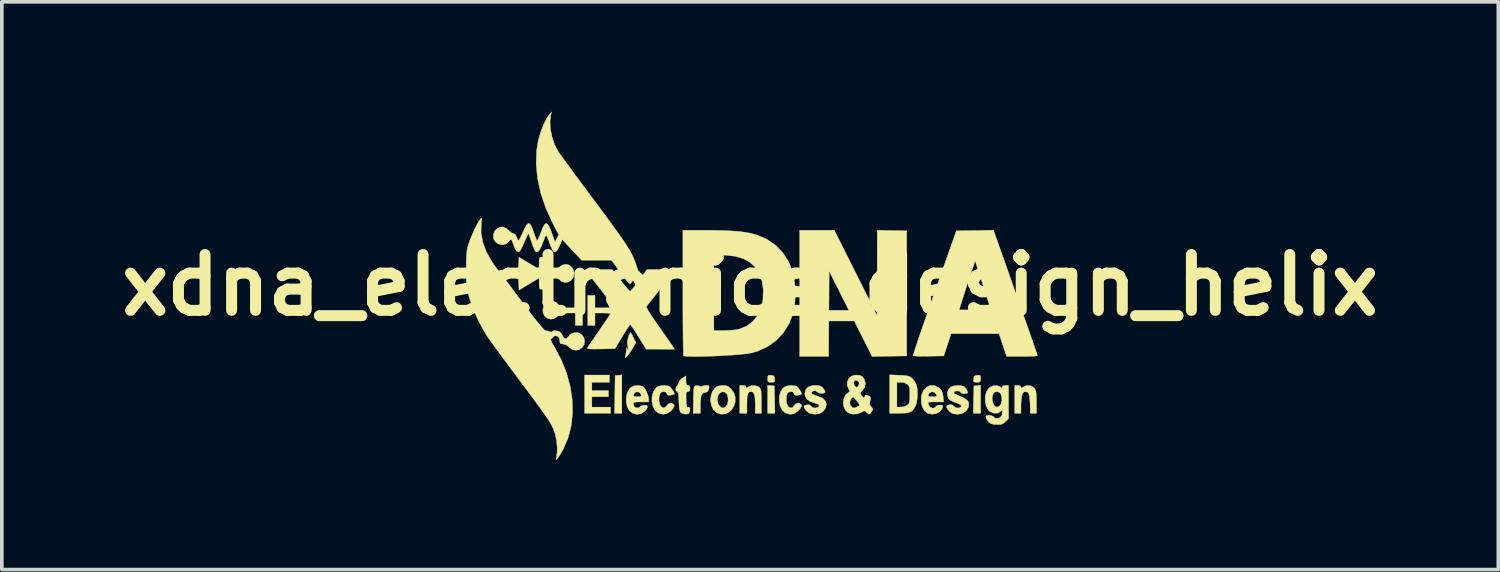
<source format=kicad_pcb>
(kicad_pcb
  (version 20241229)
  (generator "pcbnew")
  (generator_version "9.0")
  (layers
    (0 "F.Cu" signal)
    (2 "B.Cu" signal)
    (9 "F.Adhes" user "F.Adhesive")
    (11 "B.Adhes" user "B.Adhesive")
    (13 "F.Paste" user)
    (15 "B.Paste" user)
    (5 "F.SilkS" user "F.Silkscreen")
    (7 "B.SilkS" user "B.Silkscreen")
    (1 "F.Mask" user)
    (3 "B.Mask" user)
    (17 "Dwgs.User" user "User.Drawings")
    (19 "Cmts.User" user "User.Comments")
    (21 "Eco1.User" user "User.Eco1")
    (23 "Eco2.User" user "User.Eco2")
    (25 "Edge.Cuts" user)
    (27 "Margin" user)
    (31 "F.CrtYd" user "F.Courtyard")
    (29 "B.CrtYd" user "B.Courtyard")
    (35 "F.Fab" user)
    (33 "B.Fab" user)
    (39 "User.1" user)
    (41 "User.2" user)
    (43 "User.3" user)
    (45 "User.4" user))
  (footprint "xdna_electronics_design_helix"
    (layer "F.Cu")
    (at 17.424 4.732)
    (property "Reference" "xdna_electronics_design_helix" (at 0 0 0) (layer "F.SilkS") (effects (font (size 1.524 1.524) (thickness 0.3))))
    (attr through_hole)
    (fp_poly (pts (xy 6.294 3.5) (xy 6.094 3.5) (xy 6.11 2.752) (xy 6.294 2.734) (xy 6.294 3.5)) (stroke (width 0.01) (type solid)) (fill yes) (layer "F.SilkS"))
    (fp_poly (pts (xy -3.5 3.5) (xy -3.698 3.5) (xy -3.691 2.985) (xy -3.683 2.469) (xy -3.591 2.461) (xy -3.5 2.452) (xy -3.5 3.5)) (stroke (width 0.01) (type solid)) (fill yes) (layer "F.SilkS"))
    (fp_poly (pts (xy 0.572 2.743) (xy 0.663 2.752) (xy 0.671 3.126) (xy 0.679 3.5) (xy 0.48 3.5) (xy 0.48 2.734) (xy 0.572 2.743)) (stroke (width 0.01) (type solid)) (fill yes) (layer "F.SilkS"))
    (fp_poly (pts (xy -3.838 2.653) (xy -4.318 2.653) (xy -4.318 2.879) (xy -3.866 2.879) (xy -3.866 3.048) (xy -4.318 3.048) (xy -4.318 3.33) (xy -3.81 3.33) (xy -3.81 3.5) (xy -4.516 3.5) (xy -4.516 2.455) (xy -3.838 2.455) (xy -3.838 2.653)) (stroke (width 0.01) (type solid)) (fill yes) (layer "F.SilkS"))
    (fp_poly (pts (xy 0.572 2.461) (xy 0.636 2.474) (xy 0.664 2.511) (xy 0.672 2.561) (xy 0.674 2.622) (xy 0.653 2.648) (xy 0.593 2.653) (xy 0.58 2.653) (xy 0.513 2.649) (xy 0.486 2.625) (xy 0.48 2.564) (xy 0.48 2.552) (xy 0.484 2.486) (xy 0.505 2.46) (xy 0.56 2.46) (xy 0.572 2.461)) (stroke (width 0.01) (type solid)) (fill yes) (layer "F.SilkS"))
    (fp_poly (pts (xy 3.873 -1.489) (xy 4.276 -1.482) (xy 4.276 1.933) (xy 3.804 1.941) (xy 3.333 1.949) (xy 2.159 -0.381) (xy 2.152 0.783) (xy 2.144 1.947) (xy 1.355 1.947) (xy 1.355 -1.496) (xy 2.3 -1.496) (xy 2.884 -0.332) (xy 3.468 0.833) (xy 3.47 -0.332) (xy 3.471 -1.497) (xy 3.873 -1.489)) (stroke (width 0.01) (type solid)) (fill yes) (layer "F.SilkS"))
    (fp_poly (pts (xy 6.288 2.48) (xy 6.294 2.54) (xy 6.294 2.552) (xy 6.289 2.619) (xy 6.266 2.647) (xy 6.205 2.653) (xy 6.193 2.653) (xy 6.126 2.649) (xy 6.101 2.628) (xy 6.1 2.572) (xy 6.101 2.561) (xy 6.115 2.497) (xy 6.152 2.469) (xy 6.202 2.461) (xy 6.263 2.459) (xy 6.288 2.48)) (stroke (width 0.01) (type solid)) (fill yes) (layer "F.SilkS"))
    (fp_poly (pts (xy -3.115 1.571) (xy -3.196 1.709) (xy -3.25 1.796) (xy -3.305 1.875) (xy -3.355 1.937) (xy -3.392 1.976) (xy -3.41 1.982) (xy -3.407 1.961) (xy -3.395 1.907) (xy -3.382 1.814) (xy -3.37 1.702) (xy -3.318 1.799) (xy -3.353 1.56) (xy -3.331 1.452) (xy -3.307 1.377) (xy -3.303 1.37) (xy -3.259 1.287) (xy -3.115 1.571)) (stroke (width 0.01) (type solid)) (fill yes) (layer "F.SilkS"))
    (fp_poly (pts (xy -1.148 2.742) (xy -1.122 2.753) (xy -1.117 2.789) (xy -1.127 2.845) (xy -1.165 2.91) (xy -1.215 2.93) (xy -1.278 2.949) (xy -1.32 2.992) (xy -1.343 3.068) (xy -1.354 3.187) (xy -1.355 3.265) (xy -1.355 3.5) (xy -1.554 3.5) (xy -1.546 3.126) (xy -1.542 2.974) (xy -1.538 2.87) (xy -1.531 2.804) (xy -1.52 2.767) (xy -1.503 2.75) (xy -1.478 2.743) (xy -1.473 2.742) (xy -1.405 2.748) (xy -1.37 2.765) (xy -1.329 2.781) (xy -1.313 2.767) (xy -1.275 2.747) (xy -1.21 2.738) (xy -1.148 2.742)) (stroke (width 0.01) (type solid)) (fill yes) (layer "F.SilkS"))
    (fp_poly (pts (xy -4.572 1.101) (xy -4.77 1.101) (xy -4.77 0.762) (xy -4.97 0.762) (xy -5.077 0.764) (xy -5.146 0.773) (xy -5.194 0.795) (xy -5.239 0.836) (xy -5.249 0.847) (xy -5.341 0.912) (xy -5.437 0.931) (xy -5.526 0.908) (xy -5.6 0.852) (xy -5.647 0.77) (xy -5.657 0.668) (xy -5.635 0.585) (xy -5.573 0.496) (xy -5.486 0.446) (xy -5.39 0.436) (xy -5.298 0.468) (xy -5.226 0.541) (xy -5.22 0.552) (xy -5.196 0.588) (xy -5.163 0.608) (xy -5.105 0.618) (xy -5.01 0.621) (xy -4.976 0.621) (xy -4.77 0.621) (xy -4.77 0.282) (xy -4.572 0.282) (xy -4.572 1.101)) (stroke (width 0.01) (type solid)) (fill yes) (layer "F.SilkS"))
    (fp_poly (pts (xy -0.131 2.749) (xy -0.113 2.781) (xy -0.108 2.81) (xy -0.082 2.803) (xy -0.05 2.781) (xy 0.043 2.744) (xy 0.146 2.743) (xy 0.235 2.778) (xy 0.254 2.794) (xy 0.279 2.825) (xy 0.295 2.865) (xy 0.305 2.928) (xy 0.309 3.022) (xy 0.31 3.162) (xy 0.31 3.175) (xy 0.31 3.5) (xy 0.141 3.5) (xy 0.141 3.258) (xy 0.136 3.101) (xy 0.12 2.995) (xy 0.09 2.932) (xy 0.046 2.908) (xy 0.033 2.907) (xy -0.019 2.916) (xy -0.053 2.95) (xy -0.073 3.017) (xy -0.083 3.126) (xy -0.085 3.237) (xy -0.085 3.5) (xy -0.282 3.5) (xy -0.282 2.738) (xy -0.198 2.738) (xy -0.131 2.749)) (stroke (width 0.01) (type solid)) (fill yes) (layer "F.SilkS"))
    (fp_poly (pts (xy 7.376 2.749) (xy 7.394 2.781) (xy 7.399 2.81) (xy 7.425 2.803) (xy 7.457 2.781) (xy 7.556 2.74) (xy 7.657 2.745) (xy 7.743 2.794) (xy 7.759 2.812) (xy 7.785 2.852) (xy 7.803 2.901) (xy 7.812 2.971) (xy 7.817 3.074) (xy 7.818 3.193) (xy 7.818 3.5) (xy 7.648 3.5) (xy 7.647 3.323) (xy 7.642 3.206) (xy 7.633 3.093) (xy 7.625 3.034) (xy 7.606 2.959) (xy 7.575 2.923) (xy 7.531 2.912) (xy 7.476 2.916) (xy 7.442 2.954) (xy 7.426 2.994) (xy 7.41 3.068) (xy 7.399 3.176) (xy 7.394 3.292) (xy 7.394 3.5) (xy 7.225 3.5) (xy 7.225 2.738) (xy 7.31 2.738) (xy 7.376 2.749)) (stroke (width 0.01) (type solid)) (fill yes) (layer "F.SilkS"))
    (fp_poly (pts (xy -0.649 2.746) (xy -0.58 2.779) (xy -0.522 2.831) (xy -0.442 2.941) (xy -0.405 3.062) (xy -0.405 3.184) (xy -0.439 3.299) (xy -0.499 3.398) (xy -0.583 3.474) (xy -0.684 3.519) (xy -0.798 3.523) (xy -0.91 3.484) (xy -0.996 3.407) (xy -1.052 3.297) (xy -1.076 3.168) (xy -1.074 3.134) (xy -0.896 3.134) (xy -0.874 3.233) (xy -0.828 3.307) (xy -0.768 3.353) (xy -0.706 3.346) (xy -0.666 3.321) (xy -0.621 3.259) (xy -0.6 3.166) (xy -0.602 3.066) (xy -0.63 2.982) (xy -0.641 2.966) (xy -0.695 2.918) (xy -0.756 2.914) (xy -0.772 2.918) (xy -0.842 2.961) (xy -0.884 3.038) (xy -0.896 3.134) (xy -1.074 3.134) (xy -1.069 3.035) (xy -1.03 2.91) (xy -0.959 2.81) (xy -0.925 2.782) (xy -0.857 2.754) (xy -0.766 2.738) (xy -0.739 2.738) (xy -0.649 2.746)) (stroke (width 0.01) (type solid)) (fill yes) (layer "F.SilkS"))
    (fp_poly (pts (xy 4.077 2.46) (xy 4.206 2.468) (xy 4.293 2.478) (xy 4.352 2.495) (xy 4.396 2.521) (xy 4.419 2.541) (xy 4.484 2.617) (xy 4.533 2.701) (xy 4.561 2.812) (xy 4.571 2.953) (xy 4.563 3.101) (xy 4.539 3.234) (xy 4.518 3.291) (xy 4.47 3.381) (xy 4.415 3.44) (xy 4.341 3.477) (xy 4.236 3.494) (xy 4.088 3.5) (xy 4.072 3.5) (xy 3.81 3.5) (xy 3.81 2.653) (xy 4.008 2.653) (xy 4.008 3.33) (xy 4.117 3.33) (xy 4.223 3.313) (xy 4.294 3.276) (xy 4.327 3.244) (xy 4.347 3.204) (xy 4.357 3.141) (xy 4.36 3.043) (xy 4.36 2.992) (xy 4.359 2.875) (xy 4.352 2.8) (xy 4.336 2.753) (xy 4.308 2.719) (xy 4.294 2.707) (xy 4.208 2.665) (xy 4.117 2.653) (xy 4.008 2.653) (xy 3.81 2.653) (xy 3.81 2.449) (xy 4.077 2.46)) (stroke (width 0.01) (type solid)) (fill yes) (layer "F.SilkS"))
    (fp_poly (pts (xy -2.243 2.751) (xy -2.202 2.766) (xy -2.163 2.801) (xy -2.119 2.858) (xy -2.082 2.918) (xy -2.065 2.964) (xy -2.067 2.976) (xy -2.099 2.987) (xy -2.161 3.003) (xy -2.165 3.003) (xy -2.228 3.01) (xy -2.259 2.99) (xy -2.268 2.964) (xy -2.303 2.919) (xy -2.363 2.906) (xy -2.424 2.925) (xy -2.457 2.961) (xy -2.482 3.044) (xy -2.486 3.144) (xy -2.471 3.239) (xy -2.439 3.306) (xy -2.434 3.311) (xy -2.374 3.352) (xy -2.324 3.344) (xy -2.269 3.286) (xy -2.267 3.283) (xy -2.217 3.232) (xy -2.164 3.222) (xy -2.137 3.227) (xy -2.078 3.258) (xy -2.069 3.308) (xy -2.111 3.379) (xy -2.158 3.431) (xy -2.266 3.507) (xy -2.382 3.527) (xy -2.506 3.491) (xy -2.517 3.485) (xy -2.6 3.41) (xy -2.654 3.301) (xy -2.679 3.173) (xy -2.675 3.039) (xy -2.64 2.915) (xy -2.576 2.815) (xy -2.539 2.783) (xy -2.454 2.749) (xy -2.346 2.738) (xy -2.243 2.751)) (stroke (width 0.01) (type solid)) (fill yes) (layer "F.SilkS"))
    (fp_poly (pts (xy 1.231 2.751) (xy 1.272 2.767) (xy 1.311 2.801) (xy 1.355 2.858) (xy 1.391 2.919) (xy 1.409 2.965) (xy 1.406 2.977) (xy 1.375 2.988) (xy 1.312 3.003) (xy 1.309 3.004) (xy 1.245 3.011) (xy 1.215 2.99) (xy 1.206 2.965) (xy 1.17 2.919) (xy 1.111 2.906) (xy 1.05 2.926) (xy 1.017 2.961) (xy 0.992 3.044) (xy 0.988 3.145) (xy 1.002 3.24) (xy 1.034 3.307) (xy 1.039 3.312) (xy 1.1 3.352) (xy 1.15 3.345) (xy 1.205 3.287) (xy 1.207 3.284) (xy 1.256 3.232) (xy 1.31 3.223) (xy 1.336 3.228) (xy 1.396 3.258) (xy 1.405 3.308) (xy 1.363 3.38) (xy 1.315 3.432) (xy 1.207 3.508) (xy 1.091 3.528) (xy 0.968 3.491) (xy 0.956 3.485) (xy 0.874 3.411) (xy 0.82 3.302) (xy 0.795 3.173) (xy 0.799 3.04) (xy 0.833 2.915) (xy 0.898 2.815) (xy 0.935 2.784) (xy 1.019 2.75) (xy 1.128 2.739) (xy 1.231 2.751)) (stroke (width 0.01) (type solid)) (fill yes) (layer "F.SilkS"))
    (fp_poly (pts (xy -1.75 2.608) (xy -1.746 2.688) (xy -1.732 2.727) (xy -1.699 2.737) (xy -1.693 2.738) (xy -1.652 2.751) (xy -1.637 2.8) (xy -1.637 2.822) (xy -1.646 2.884) (xy -1.678 2.906) (xy -1.695 2.907) (xy -1.723 2.911) (xy -1.74 2.931) (xy -1.746 2.979) (xy -1.746 3.065) (xy -1.744 3.126) (xy -1.738 3.236) (xy -1.73 3.301) (xy -1.715 3.331) (xy -1.692 3.337) (xy -1.684 3.336) (xy -1.65 3.339) (xy -1.64 3.376) (xy -1.642 3.42) (xy -1.656 3.486) (xy -1.691 3.514) (xy -1.736 3.522) (xy -1.817 3.515) (xy -1.877 3.489) (xy -1.904 3.462) (xy -1.922 3.419) (xy -1.933 3.35) (xy -1.94 3.241) (xy -1.943 3.177) (xy -1.95 3.046) (xy -1.959 2.962) (xy -1.973 2.919) (xy -1.992 2.907) (xy -2.022 2.885) (xy -2.031 2.834) (xy -2.02 2.779) (xy -1.992 2.746) (xy -1.957 2.702) (xy -1.943 2.659) (xy -1.914 2.601) (xy -1.854 2.544) (xy -1.841 2.536) (xy -1.75 2.478) (xy -1.75 2.608)) (stroke (width 0.01) (type solid)) (fill yes) (layer "F.SilkS"))
    (fp_poly (pts (xy -2.938 2.765) (xy -2.931 2.768) (xy -2.879 2.819) (xy -2.828 2.904) (xy -2.787 3.004) (xy -2.767 3.097) (xy -2.766 3.111) (xy -2.766 3.189) (xy -2.977 3.189) (xy -3.086 3.191) (xy -3.15 3.197) (xy -3.181 3.212) (xy -3.189 3.237) (xy -3.189 3.24) (xy -3.167 3.31) (xy -3.114 3.35) (xy -3.048 3.353) (xy -2.992 3.316) (xy -2.939 3.285) (xy -2.875 3.274) (xy -2.812 3.288) (xy -2.796 3.328) (xy -2.83 3.393) (xy -2.876 3.445) (xy -2.98 3.512) (xy -3.098 3.527) (xy -3.217 3.492) (xy -3.299 3.422) (xy -3.354 3.316) (xy -3.381 3.19) (xy -3.379 3.057) (xy -3.366 3.002) (xy -3.184 3.002) (xy -3.179 3.032) (xy -3.139 3.045) (xy -3.076 3.048) (xy -3.001 3.043) (xy -2.97 3.027) (xy -2.968 3.002) (xy -2.998 2.949) (xy -3.027 2.924) (xy -3.091 2.912) (xy -3.151 2.942) (xy -3.184 3.002) (xy -3.366 3.002) (xy -3.349 2.931) (xy -3.29 2.828) (xy -3.242 2.784) (xy -3.15 2.747) (xy -3.038 2.74) (xy -2.938 2.765)) (stroke (width 0.01) (type solid)) (fill yes) (layer "F.SilkS"))
    (fp_poly (pts (xy 1.878 2.744) (xy 1.942 2.769) (xy 1.992 2.813) (xy 2.035 2.87) (xy 2.052 2.914) (xy 2.052 2.919) (xy 2.016 2.948) (xy 1.953 2.957) (xy 1.885 2.946) (xy 1.846 2.923) (xy 1.78 2.882) (xy 1.711 2.896) (xy 1.697 2.904) (xy 1.671 2.938) (xy 1.699 2.974) (xy 1.783 3.012) (xy 1.845 3.032) (xy 1.978 3.087) (xy 2.057 3.161) (xy 2.083 3.253) (xy 2.059 3.362) (xy 1.994 3.449) (xy 1.896 3.506) (xy 1.778 3.526) (xy 1.656 3.507) (xy 1.602 3.484) (xy 1.526 3.424) (xy 1.477 3.351) (xy 1.468 3.307) (xy 1.492 3.285) (xy 1.551 3.268) (xy 1.554 3.268) (xy 1.626 3.269) (xy 1.667 3.305) (xy 1.668 3.308) (xy 1.713 3.344) (xy 1.778 3.355) (xy 1.843 3.343) (xy 1.882 3.308) (xy 1.885 3.299) (xy 1.873 3.263) (xy 1.815 3.235) (xy 1.77 3.222) (xy 1.63 3.171) (xy 1.541 3.101) (xy 1.499 3.008) (xy 1.496 2.963) (xy 1.518 2.856) (xy 1.585 2.782) (xy 1.696 2.744) (xy 1.783 2.738) (xy 1.878 2.744)) (stroke (width 0.01) (type solid)) (fill yes) (layer "F.SilkS"))
    (fp_poly (pts (xy 5.038 2.744) (xy 5.148 2.801) (xy 5.168 2.817) (xy 5.226 2.88) (xy 5.257 2.953) (xy 5.271 3.043) (xy 5.285 3.189) (xy 5.069 3.189) (xy 4.967 3.191) (xy 4.891 3.195) (xy 4.855 3.2) (xy 4.854 3.201) (xy 4.863 3.234) (xy 4.882 3.286) (xy 4.923 3.337) (xy 4.982 3.36) (xy 5.04 3.35) (xy 5.07 3.316) (xy 5.106 3.288) (xy 5.169 3.274) (xy 5.231 3.278) (xy 5.257 3.291) (xy 5.259 3.326) (xy 5.242 3.377) (xy 5.177 3.457) (xy 5.079 3.508) (xy 4.964 3.525) (xy 4.851 3.502) (xy 4.838 3.495) (xy 4.759 3.428) (xy 4.701 3.322) (xy 4.671 3.193) (xy 4.672 3.055) (xy 4.682 3.005) (xy 4.86 3.005) (xy 4.869 3.035) (xy 4.925 3.047) (xy 4.98 3.048) (xy 5.057 3.046) (xy 5.09 3.034) (xy 5.09 3.006) (xy 5.083 2.985) (xy 5.039 2.929) (xy 4.973 2.911) (xy 4.91 2.932) (xy 4.891 2.952) (xy 4.86 3.005) (xy 4.682 3.005) (xy 4.685 2.993) (xy 4.741 2.866) (xy 4.825 2.78) (xy 4.927 2.738) (xy 5.038 2.744)) (stroke (width 0.01) (type solid)) (fill yes) (layer "F.SilkS"))
    (fp_poly (pts (xy 5.755 2.744) (xy 5.832 2.766) (xy 5.844 2.774) (xy 5.892 2.824) (xy 5.928 2.884) (xy 5.94 2.932) (xy 5.935 2.946) (xy 5.896 2.96) (xy 5.836 2.963) (xy 5.782 2.955) (xy 5.757 2.937) (xy 5.757 2.937) (xy 5.733 2.907) (xy 5.678 2.889) (xy 5.617 2.892) (xy 5.606 2.895) (xy 5.564 2.926) (xy 5.576 2.962) (xy 5.623 2.989) (xy 5.777 3.053) (xy 5.883 3.109) (xy 5.946 3.164) (xy 5.972 3.225) (xy 5.967 3.299) (xy 5.954 3.348) (xy 5.896 3.439) (xy 5.802 3.501) (xy 5.685 3.527) (xy 5.559 3.515) (xy 5.513 3.5) (xy 5.451 3.457) (xy 5.395 3.392) (xy 5.364 3.328) (xy 5.362 3.313) (xy 5.387 3.285) (xy 5.44 3.265) (xy 5.514 3.267) (xy 5.562 3.306) (xy 5.625 3.351) (xy 5.689 3.354) (xy 5.754 3.334) (xy 5.77 3.3) (xy 5.737 3.26) (xy 5.659 3.224) (xy 5.659 3.224) (xy 5.537 3.181) (xy 5.46 3.138) (xy 5.413 3.087) (xy 5.393 3.043) (xy 5.382 2.934) (xy 5.423 2.836) (xy 5.48 2.783) (xy 5.554 2.753) (xy 5.654 2.74) (xy 5.755 2.744)) (stroke (width 0.01) (type solid)) (fill yes) (layer "F.SilkS"))
    (fp_poly (pts (xy 7.246 0.204) (xy 7.35 0.5) (xy 7.449 0.781) (xy 7.54 1.041) (xy 7.623 1.276) (xy 7.694 1.482) (xy 7.754 1.655) (xy 7.8 1.789) (xy 7.831 1.88) (xy 7.845 1.923) (xy 7.846 1.926) (xy 7.819 1.934) (xy 7.746 1.94) (xy 7.636 1.944) (xy 7.499 1.947) (xy 7.425 1.947) (xy 7.004 1.947) (xy 6.9 1.637) (xy 6.797 1.326) (xy 5.487 1.326) (xy 5.288 1.933) (xy 4.876 1.941) (xy 4.729 1.942) (xy 4.604 1.941) (xy 4.509 1.937) (xy 4.457 1.93) (xy 4.45 1.927) (xy 4.457 1.897) (xy 4.481 1.819) (xy 4.521 1.696) (xy 4.575 1.534) (xy 4.642 1.337) (xy 4.72 1.11) (xy 4.808 0.856) (xy 4.87 0.677) (xy 5.706 0.677) (xy 6.144 0.677) (xy 6.312 0.677) (xy 6.431 0.674) (xy 6.508 0.669) (xy 6.551 0.661) (xy 6.567 0.648) (xy 6.566 0.636) (xy 6.553 0.598) (xy 6.526 0.515) (xy 6.486 0.394) (xy 6.437 0.244) (xy 6.381 0.072) (xy 6.347 -0.034) (xy 6.144 -0.663) (xy 6.021 -0.296) (xy 5.963 -0.125) (xy 5.902 0.062) (xy 5.844 0.241) (xy 5.802 0.374) (xy 5.706 0.677) (xy 4.87 0.677) (xy 4.904 0.581) (xy 5.006 0.289) (xy 5.034 0.212) (xy 5.631 -1.482) (xy 6.139 -1.489) (xy 6.646 -1.497) (xy 7.246 0.204)) (stroke (width 0.01) (type solid)) (fill yes) (layer "F.SilkS"))
    (fp_poly (pts (xy 7.056 3.645) (xy 6.973 3.728) (xy 6.909 3.78) (xy 6.843 3.804) (xy 6.754 3.808) (xy 6.66 3.801) (xy 6.58 3.785) (xy 6.558 3.777) (xy 6.499 3.726) (xy 6.452 3.65) (xy 6.435 3.583) (xy 6.458 3.562) (xy 6.513 3.555) (xy 6.579 3.562) (xy 6.632 3.58) (xy 6.65 3.598) (xy 6.688 3.63) (xy 6.747 3.641) (xy 6.826 3.617) (xy 6.874 3.549) (xy 6.886 3.469) (xy 6.882 3.426) (xy 6.862 3.43) (xy 6.835 3.453) (xy 6.748 3.496) (xy 6.648 3.496) (xy 6.553 3.455) (xy 6.509 3.415) (xy 6.447 3.305) (xy 6.418 3.173) (xy 6.42 3.082) (xy 6.609 3.082) (xy 6.615 3.176) (xy 6.643 3.254) (xy 6.687 3.308) (xy 6.74 3.33) (xy 6.797 3.313) (xy 6.85 3.249) (xy 6.851 3.246) (xy 6.874 3.158) (xy 6.87 3.056) (xy 6.842 2.968) (xy 6.828 2.947) (xy 6.765 2.908) (xy 6.696 2.914) (xy 6.641 2.96) (xy 6.632 2.979) (xy 6.609 3.082) (xy 6.42 3.082) (xy 6.42 3.036) (xy 6.454 2.91) (xy 6.519 2.812) (xy 6.538 2.796) (xy 6.632 2.749) (xy 6.734 2.741) (xy 6.821 2.773) (xy 6.835 2.784) (xy 6.873 2.815) (xy 6.885 2.807) (xy 6.886 2.784) (xy 6.906 2.749) (xy 6.97 2.738) (xy 6.971 2.738) (xy 7.056 2.738) (xy 7.056 3.645)) (stroke (width 0.01) (type solid)) (fill yes) (layer "F.SilkS"))
    (fp_poly (pts (xy -0.881 -1.493) (xy -0.594 -1.484) (xy -0.352 -1.467) (xy -0.146 -1.444) (xy 0.028 -1.412) (xy 0.178 -1.371) (xy 0.194 -1.366) (xy 0.465 -1.248) (xy 0.698 -1.087) (xy 0.893 -0.886) (xy 1.048 -0.644) (xy 1.161 -0.367) (xy 1.198 -0.205) (xy 1.221 -0.008) (xy 1.231 0.206) (xy 1.227 0.419) (xy 1.209 0.614) (xy 1.176 0.773) (xy 1.175 0.776) (xy 1.063 1.058) (xy 0.907 1.304) (xy 0.711 1.512) (xy 0.478 1.679) (xy 0.209 1.802) (xy 0.06 1.848) (xy -0.029 1.865) (xy -0.158 1.881) (xy -0.317 1.897) (xy -0.5 1.911) (xy -0.698 1.923) (xy -0.902 1.934) (xy -1.104 1.942) (xy -1.296 1.948) (xy -1.47 1.95) (xy -1.617 1.949) (xy -1.729 1.944) (xy -1.799 1.936) (xy -1.816 1.929) (xy -1.819 1.898) (xy -1.822 1.815) (xy -1.825 1.686) (xy -1.828 1.516) (xy -1.83 1.309) (xy -1.832 1.07) (xy -1.833 0.804) (xy -1.834 0.516) (xy -1.834 0.211) (xy -1.834 -0.818) (xy -0.988 -0.818) (xy -0.988 1.242) (xy -0.714 1.242) (xy -0.544 1.236) (xy -0.388 1.219) (xy -0.281 1.197) (xy -0.083 1.114) (xy 0.081 0.988) (xy 0.211 0.823) (xy 0.302 0.624) (xy 0.352 0.395) (xy 0.36 0.141) (xy 0.357 0.099) (xy 0.325 -0.116) (xy 0.268 -0.291) (xy 0.179 -0.44) (xy 0.135 -0.494) (xy -0.013 -0.628) (xy -0.193 -0.725) (xy -0.409 -0.787) (xy -0.665 -0.816) (xy -0.781 -0.818) (xy -0.988 -0.818) (xy -1.834 -0.818) (xy -1.834 -1.496) (xy -1.217 -1.496) (xy -0.881 -1.493)) (stroke (width 0.01) (type solid)) (fill yes) (layer "F.SilkS"))
    (fp_poly (pts (xy 2.991 2.463) (xy 3.06 2.493) (xy 3.11 2.553) (xy 3.121 2.574) (xy 3.15 2.685) (xy 3.125 2.794) (xy 3.062 2.879) (xy 3.018 2.926) (xy 3.013 2.963) (xy 3.039 3.009) (xy 3.085 3.063) (xy 3.119 3.072) (xy 3.133 3.035) (xy 3.133 3.032) (xy 3.147 3.002) (xy 3.196 3.007) (xy 3.269 3.039) (xy 3.294 3.085) (xy 3.278 3.16) (xy 3.277 3.164) (xy 3.26 3.233) (xy 3.274 3.282) (xy 3.306 3.32) (xy 3.345 3.369) (xy 3.347 3.407) (xy 3.319 3.456) (xy 3.273 3.514) (xy 3.233 3.521) (xy 3.183 3.48) (xy 3.177 3.473) (xy 3.142 3.439) (xy 3.11 3.435) (xy 3.059 3.46) (xy 3.038 3.473) (xy 2.921 3.517) (xy 2.794 3.522) (xy 2.684 3.488) (xy 2.604 3.415) (xy 2.557 3.313) (xy 2.545 3.207) (xy 2.72 3.207) (xy 2.733 3.261) (xy 2.75 3.289) (xy 2.797 3.344) (xy 2.847 3.354) (xy 2.916 3.326) (xy 2.967 3.299) (xy 2.988 3.286) (xy 2.981 3.258) (xy 2.949 3.206) (xy 2.902 3.145) (xy 2.854 3.091) (xy 2.818 3.06) (xy 2.808 3.058) (xy 2.777 3.087) (xy 2.742 3.143) (xy 2.72 3.207) (xy 2.545 3.207) (xy 2.544 3.197) (xy 2.564 3.083) (xy 2.617 2.987) (xy 2.682 2.935) (xy 2.72 2.908) (xy 2.717 2.875) (xy 2.696 2.843) (xy 2.652 2.74) (xy 2.655 2.646) (xy 2.833 2.646) (xy 2.838 2.711) (xy 2.849 2.735) (xy 2.891 2.786) (xy 2.931 2.781) (xy 2.964 2.736) (xy 2.981 2.676) (xy 2.962 2.637) (xy 2.907 2.598) (xy 2.86 2.605) (xy 2.833 2.646) (xy 2.655 2.646) (xy 2.655 2.636) (xy 2.699 2.546) (xy 2.776 2.481) (xy 2.881 2.455) (xy 2.885 2.455) (xy 2.991 2.463)) (stroke (width 0.01) (type solid)) (fill yes) (layer "F.SilkS"))
    (fp_poly (pts (xy -3.532 -0.127) (xy -3.444 -0.018) (xy -3.368 0.074) (xy -3.31 0.138) (xy -3.277 0.168) (xy -3.274 0.169) (xy -3.249 0.148) (xy -3.198 0.089) (xy -3.128 0.001) (xy -3.047 -0.107) (xy -3.032 -0.127) (xy -2.814 -0.423) (xy -2.437 -0.423) (xy -2.299 -0.422) (xy -2.183 -0.419) (xy -2.101 -0.414) (xy -2.062 -0.408) (xy -2.06 -0.406) (xy -2.077 -0.38) (xy -2.124 -0.316) (xy -2.195 -0.222) (xy -2.287 -0.104) (xy -2.393 0.032) (xy -2.431 0.081) (xy -2.543 0.222) (xy -2.643 0.349) (xy -2.727 0.456) (xy -2.789 0.534) (xy -2.823 0.577) (xy -2.827 0.583) (xy -2.821 0.619) (xy -2.779 0.698) (xy -2.704 0.819) (xy -2.594 0.98) (xy -2.547 1.048) (xy -2.443 1.196) (xy -2.344 1.337) (xy -2.256 1.462) (xy -2.188 1.56) (xy -2.149 1.616) (xy -2.058 1.75) (xy -2.447 1.749) (xy -2.836 1.748) (xy -3.046 1.41) (xy -3.122 1.289) (xy -3.188 1.187) (xy -3.239 1.113) (xy -3.268 1.076) (xy -3.271 1.073) (xy -3.291 1.096) (xy -3.334 1.159) (xy -3.394 1.253) (xy -3.466 1.368) (xy -3.488 1.405) (xy -3.687 1.736) (xy -4.075 1.744) (xy -4.232 1.746) (xy -4.34 1.745) (xy -4.406 1.74) (xy -4.437 1.731) (xy -4.442 1.717) (xy -4.44 1.714) (xy -4.417 1.679) (xy -4.368 1.606) (xy -4.297 1.503) (xy -4.211 1.377) (xy -4.115 1.237) (xy -4.113 1.235) (xy -4.019 1.096) (xy -3.936 0.974) (xy -3.87 0.875) (xy -3.827 0.807) (xy -3.81 0.778) (xy -3.81 0.778) (xy -3.836 0.77) (xy -3.904 0.765) (xy -4.002 0.762) (xy -4.022 0.762) (xy -4.233 0.762) (xy -4.233 1.101) (xy -4.431 1.101) (xy -4.431 0.282) (xy -4.233 0.282) (xy -4.233 0.621) (xy -3.962 0.621) (xy -3.834 0.619) (xy -3.755 0.614) (xy -3.718 0.604) (xy -3.715 0.588) (xy -3.717 0.586) (xy -3.742 0.553) (xy -3.796 0.484) (xy -3.873 0.385) (xy -3.968 0.263) (xy -4.075 0.126) (xy -4.096 0.099) (xy -4.205 -0.04) (xy -4.302 -0.165) (xy -4.381 -0.269) (xy -4.439 -0.345) (xy -4.468 -0.385) (xy -4.47 -0.388) (xy -4.467 -0.403) (xy -4.432 -0.413) (xy -4.358 -0.42) (xy -4.239 -0.423) (xy -4.127 -0.423) (xy -3.764 -0.423) (xy -3.532 -0.127)) (stroke (width 0.01) (type solid)) (fill yes) (layer "F.SilkS"))
    (fp_poly (pts (xy -5.439 -4.643) (xy -5.46 -4.466) (xy -5.449 -4.264) (xy -5.408 -4.051) (xy -5.34 -3.846) (xy -5.251 -3.669) (xy -5.219 -3.621) (xy -5.156 -3.532) (xy -5.067 -3.409) (xy -4.955 -3.256) (xy -4.825 -3.078) (xy -4.679 -2.881) (xy -4.522 -2.669) (xy -4.378 -2.475) (xy -4.152 -2.173) (xy -3.958 -1.911) (xy -3.793 -1.687) (xy -3.653 -1.495) (xy -3.537 -1.331) (xy -3.44 -1.192) (xy -3.362 -1.073) (xy -3.298 -0.969) (xy -3.247 -0.878) (xy -3.205 -0.794) (xy -3.17 -0.714) (xy -3.138 -0.633) (xy -3.108 -0.548) (xy -3.105 -0.538) (xy -3.045 -0.361) (xy -3.153 -0.195) (xy -3.208 -0.113) (xy -3.254 -0.053) (xy -3.28 -0.029) (xy -3.28 -0.028) (xy -3.304 -0.05) (xy -3.354 -0.109) (xy -3.424 -0.197) (xy -3.507 -0.307) (xy -3.541 -0.353) (xy -3.781 -0.677) (xy -4.596 -0.677) (xy -4.861 -0.96) (xy -5.126 -1.244) (xy -5.2 -1.073) (xy -5.256 -0.962) (xy -5.305 -0.907) (xy -5.351 -0.907) (xy -5.396 -0.963) (xy -5.445 -1.075) (xy -5.447 -1.079) (xy -5.497 -1.218) (xy -5.531 -1.307) (xy -5.557 -1.349) (xy -5.579 -1.344) (xy -5.604 -1.297) (xy -5.638 -1.208) (xy -5.658 -1.157) (xy -5.716 -1.018) (xy -5.765 -0.935) (xy -5.799 -0.907) (xy -5.832 -0.906) (xy -5.86 -0.924) (xy -5.888 -0.969) (xy -5.921 -1.049) (xy -5.965 -1.174) (xy -5.971 -1.192) (xy -6.005 -1.293) (xy -6.033 -1.369) (xy -6.05 -1.408) (xy -6.052 -1.411) (xy -6.065 -1.387) (xy -6.096 -1.322) (xy -6.138 -1.227) (xy -6.169 -1.156) (xy -6.222 -1.036) (xy -6.262 -0.96) (xy -6.294 -0.921) (xy -6.323 -0.908) (xy -6.334 -0.909) (xy -6.362 -0.919) (xy -6.387 -0.945) (xy -6.415 -0.996) (xy -6.45 -1.082) (xy -6.497 -1.211) (xy -6.506 -1.237) (xy -6.529 -1.246) (xy -6.576 -1.206) (xy -6.592 -1.188) (xy -6.659 -1.126) (xy -6.733 -1.102) (xy -6.771 -1.101) (xy -6.878 -1.124) (xy -6.957 -1.186) (xy -7.003 -1.273) (xy -7.009 -1.373) (xy -6.972 -1.472) (xy -6.936 -1.515) (xy -6.84 -1.579) (xy -6.74 -1.588) (xy -6.643 -1.542) (xy -6.602 -1.503) (xy -6.537 -1.445) (xy -6.472 -1.409) (xy -6.459 -1.406) (xy -6.402 -1.376) (xy -6.368 -1.305) (xy -6.345 -1.243) (xy -6.324 -1.214) (xy -6.322 -1.214) (xy -6.302 -1.238) (xy -6.267 -1.301) (xy -6.223 -1.393) (xy -6.209 -1.425) (xy -6.147 -1.558) (xy -6.098 -1.643) (xy -6.057 -1.681) (xy -6.021 -1.679) (xy -5.994 -1.651) (xy -5.966 -1.598) (xy -5.929 -1.509) (xy -5.893 -1.405) (xy -5.86 -1.311) (xy -5.831 -1.243) (xy -5.812 -1.214) (xy -5.811 -1.214) (xy -5.793 -1.238) (xy -5.762 -1.303) (xy -5.725 -1.397) (xy -5.714 -1.425) (xy -5.659 -1.565) (xy -5.612 -1.651) (xy -5.568 -1.684) (xy -5.526 -1.663) (xy -5.479 -1.588) (xy -5.426 -1.458) (xy -5.405 -1.4) (xy -5.325 -1.177) (xy -5.223 -1.376) (xy -5.39 -1.698) (xy -5.575 -2.102) (xy -5.712 -2.506) (xy -5.8 -2.904) (xy -5.838 -3.294) (xy -5.826 -3.669) (xy -5.788 -3.911) (xy -5.746 -4.077) (xy -5.688 -4.249) (xy -5.62 -4.413) (xy -5.549 -4.553) (xy -5.482 -4.653) (xy -5.479 -4.657) (xy -5.418 -4.727) (xy -5.439 -4.643)) (stroke (width 0.01) (type solid)) (fill yes) (layer "F.SilkS"))
    (fp_poly (pts (xy -7.324 -1.829) (xy -7.323 -1.799) (xy -7.33 -1.73) (xy -7.338 -1.665) (xy -7.343 -1.425) (xy -7.296 -1.173) (xy -7.201 -0.915) (xy -7.058 -0.657) (xy -6.992 -0.561) (xy -6.872 -0.397) (xy -6.598 -0.396) (xy -6.324 -0.395) (xy -6.316 -0.579) (xy -6.308 -0.762) (xy -6.068 -0.617) (xy -5.94 -0.54) (xy -5.853 -0.491) (xy -5.799 -0.468) (xy -5.77 -0.473) (xy -5.759 -0.505) (xy -5.757 -0.562) (xy -5.757 -0.604) (xy -5.756 -0.694) (xy -5.747 -0.741) (xy -5.723 -0.759) (xy -5.677 -0.762) (xy -5.673 -0.762) (xy -5.588 -0.762) (xy -5.588 -0.395) (xy -5.444 -0.395) (xy -5.35 -0.4) (xy -5.287 -0.422) (xy -5.23 -0.471) (xy -5.221 -0.48) (xy -5.127 -0.548) (xy -5.026 -0.569) (xy -4.93 -0.544) (xy -4.854 -0.475) (xy -4.839 -0.45) (xy -4.801 -0.331) (xy -4.818 -0.224) (xy -4.865 -0.151) (xy -4.953 -0.085) (xy -5.054 -0.069) (xy -5.153 -0.104) (xy -5.22 -0.164) (xy -5.273 -0.218) (xy -5.326 -0.245) (xy -5.404 -0.254) (xy -5.442 -0.254) (xy -5.588 -0.254) (xy -5.588 0.113) (xy -5.673 0.113) (xy -5.721 0.11) (xy -5.746 0.093) (xy -5.756 0.047) (xy -5.757 -0.041) (xy -5.757 -0.196) (xy -6.032 -0.029) (xy -6.308 0.137) (xy -6.324 -0.254) (xy -6.536 -0.254) (xy -6.647 -0.252) (xy -6.709 -0.244) (xy -6.73 -0.23) (xy -6.727 -0.219) (xy -6.705 -0.188) (xy -6.654 -0.118) (xy -6.577 -0.015) (xy -6.48 0.117) (xy -6.365 0.271) (xy -6.238 0.441) (xy -6.172 0.529) (xy -6.004 0.751) (xy -5.867 0.929) (xy -5.758 1.065) (xy -5.676 1.16) (xy -5.62 1.219) (xy -5.586 1.241) (xy -5.583 1.242) (xy -5.511 1.255) (xy -5.475 1.27) (xy -5.421 1.283) (xy -5.405 1.27) (xy -5.361 1.246) (xy -5.291 1.244) (xy -5.219 1.263) (xy -5.178 1.288) (xy -5.13 1.354) (xy -5.107 1.401) (xy -5.066 1.457) (xy -5.015 1.46) (xy -4.967 1.411) (xy -4.966 1.409) (xy -4.901 1.341) (xy -4.806 1.301) (xy -4.706 1.297) (xy -4.679 1.304) (xy -4.586 1.361) (xy -4.532 1.442) (xy -4.515 1.536) (xy -4.533 1.629) (xy -4.585 1.709) (xy -4.668 1.763) (xy -4.757 1.778) (xy -4.846 1.763) (xy -4.922 1.711) (xy -4.939 1.693) (xy -5.025 1.626) (xy -5.105 1.609) (xy -5.167 1.602) (xy -5.19 1.572) (xy -5.193 1.53) (xy -5.204 1.459) (xy -5.227 1.417) (xy -5.284 1.386) (xy -5.344 1.391) (xy -5.38 1.425) (xy -5.415 1.463) (xy -5.435 1.468) (xy -5.442 1.49) (xy -5.416 1.554) (xy -5.359 1.657) (xy -5.345 1.679) (xy -5.154 2.037) (xy -5.008 2.403) (xy -4.908 2.772) (xy -4.853 3.139) (xy -4.845 3.498) (xy -4.883 3.845) (xy -4.968 4.174) (xy -5.1 4.48) (xy -5.181 4.619) (xy -5.244 4.714) (xy -5.283 4.76) (xy -5.297 4.758) (xy -5.289 4.708) (xy -5.285 4.692) (xy -5.266 4.567) (xy -5.266 4.41) (xy -5.283 4.242) (xy -5.315 4.083) (xy -5.331 4.03) (xy -5.352 3.969) (xy -5.376 3.909) (xy -5.405 3.847) (xy -5.443 3.779) (xy -5.491 3.699) (xy -5.554 3.604) (xy -5.634 3.489) (xy -5.734 3.35) (xy -5.857 3.183) (xy -6.005 2.982) (xy -6.183 2.744) (xy -6.335 2.54) (xy -6.495 2.326) (xy -6.648 2.12) (xy -6.792 1.926) (xy -6.92 1.751) (xy -7.029 1.601) (xy -7.115 1.482) (xy -7.173 1.398) (xy -7.19 1.374) (xy -7.323 1.148) (xy -7.451 0.893) (xy -7.564 0.63) (xy -7.651 0.382) (xy -7.668 0.325) (xy -7.698 0.214) (xy -7.719 0.119) (xy -7.733 0.026) (xy -7.741 -0.079) (xy -7.746 -0.208) (xy -7.747 -0.377) (xy -7.747 -0.437) (xy -7.746 -0.622) (xy -7.743 -0.761) (xy -7.736 -0.869) (xy -7.725 -0.957) (xy -7.707 -1.038) (xy -7.683 -1.123) (xy -7.681 -1.128) (xy -7.64 -1.245) (xy -7.588 -1.372) (xy -7.53 -1.5) (xy -7.471 -1.62) (xy -7.416 -1.72) (xy -7.369 -1.793) (xy -7.336 -1.829) (xy -7.324 -1.829)) (stroke (width 0.01) (type solid)) (fill yes) (layer "F.SilkS")))
  (gr_rect
    (start -3 -3)
    (end 37.849 12.497)
    (stroke (width 0.1) (type default))
    (fill no)
    (layer "Edge.Cuts")))
</source>
